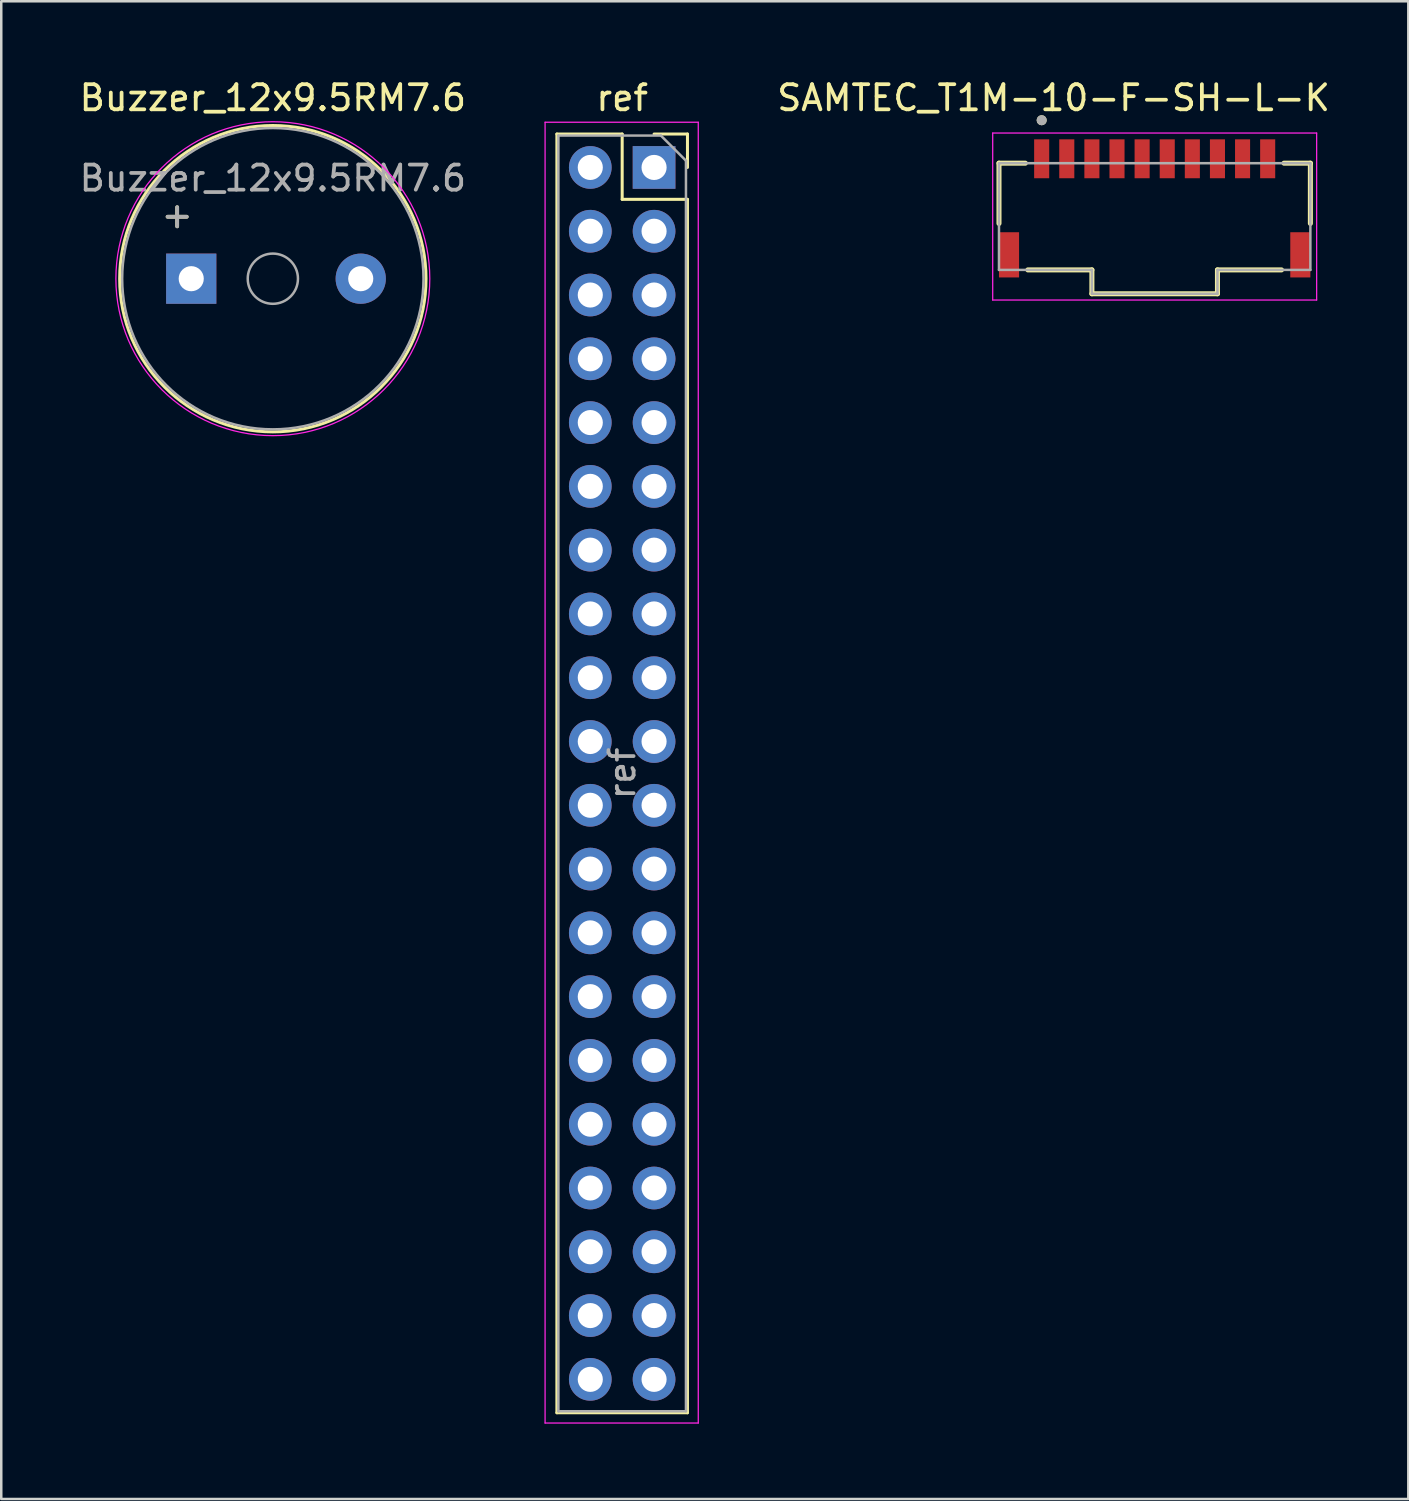
<source format=kicad_pcb>
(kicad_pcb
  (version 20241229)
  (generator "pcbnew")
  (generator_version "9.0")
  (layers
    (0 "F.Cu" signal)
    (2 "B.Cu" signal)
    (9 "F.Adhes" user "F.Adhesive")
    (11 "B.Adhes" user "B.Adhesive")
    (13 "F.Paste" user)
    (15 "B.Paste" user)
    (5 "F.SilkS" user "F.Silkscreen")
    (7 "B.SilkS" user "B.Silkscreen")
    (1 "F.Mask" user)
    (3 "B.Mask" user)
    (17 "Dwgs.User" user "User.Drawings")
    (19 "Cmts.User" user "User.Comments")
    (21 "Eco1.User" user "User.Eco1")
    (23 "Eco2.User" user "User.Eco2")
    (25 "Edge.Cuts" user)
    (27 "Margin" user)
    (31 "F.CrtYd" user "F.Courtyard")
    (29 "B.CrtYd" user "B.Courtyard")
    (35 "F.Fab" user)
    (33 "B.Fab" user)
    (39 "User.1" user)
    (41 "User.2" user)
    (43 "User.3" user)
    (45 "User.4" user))
  (footprint "ref"
    (layer "F.Cu")
    (at 21.726 3.618)
    (property "Reference" "ref" (at 0 -2.77 0) (layer "F.SilkS") (effects (font (size 1 1) (thickness 0.15))))
    (attr through_hole)
    (fp_line (start -2.6 -1.33) (end -2.6 49.59) (stroke (width 0.12) (type solid)) (layer "F.SilkS"))
    (fp_line (start -2.6 -1.33) (end 0 -1.33) (stroke (width 0.12) (type solid)) (layer "F.SilkS"))
    (fp_line (start -2.6 49.59) (end 2.6 49.59) (stroke (width 0.12) (type solid)) (layer "F.SilkS"))
    (fp_line (start 0 -1.33) (end 0 1.27) (stroke (width 0.12) (type solid)) (layer "F.SilkS"))
    (fp_line (start 0 1.27) (end 2.6 1.27) (stroke (width 0.12) (type solid)) (layer "F.SilkS"))
    (fp_line (start 1.27 -1.33) (end 2.6 -1.33) (stroke (width 0.12) (type solid)) (layer "F.SilkS"))
    (fp_line (start 2.6 -1.33) (end 2.6 0) (stroke (width 0.12) (type solid)) (layer "F.SilkS"))
    (fp_line (start 2.6 1.27) (end 2.6 49.59) (stroke (width 0.12) (type solid)) (layer "F.SilkS"))
    (fp_line (start -3.07 -1.8) (end 3.03 -1.8) (stroke (width 0.05) (type solid)) (layer "F.CrtYd"))
    (fp_line (start -3.07 50) (end -3.07 -1.8) (stroke (width 0.05) (type solid)) (layer "F.CrtYd"))
    (fp_line (start 3.03 -1.8) (end 3.03 50) (stroke (width 0.05) (type solid)) (layer "F.CrtYd"))
    (fp_line (start 3.03 50) (end -3.07 50) (stroke (width 0.05) (type solid)) (layer "F.CrtYd"))
    (fp_line (start -2.54 -1.27) (end 1.54 -1.27) (stroke (width 0.1) (type solid)) (layer "F.Fab"))
    (fp_line (start -2.54 49.53) (end -2.54 -1.27) (stroke (width 0.1) (type solid)) (layer "F.Fab"))
    (fp_line (start 1.54 -1.27) (end 2.54 -0.27) (stroke (width 0.1) (type solid)) (layer "F.Fab"))
    (fp_line (start 2.54 -0.27) (end 2.54 49.53) (stroke (width 0.1) (type solid)) (layer "F.Fab"))
    (fp_line (start 2.54 49.53) (end -2.54 49.53) (stroke (width 0.1) (type solid)) (layer "F.Fab"))
    (fp_text user "${REFERENCE}" (at 0 24.13 90) (layer "F.Fab") (effects (font (size 1 1) (thickness 0.15))))
    (pad "1" thru_hole rect (at 1.27 0) (size 1.7 1.7) (drill 1) (layers "*.Cu" "*.Mask"))
    (pad "2" thru_hole oval (at -1.27 0) (size 1.7 1.7) (drill 1) (layers "*.Cu" "*.Mask"))
    (pad "3" thru_hole oval (at 1.27 2.54) (size 1.7 1.7) (drill 1) (layers "*.Cu" "*.Mask"))
    (pad "4" thru_hole oval (at -1.27 2.54) (size 1.7 1.7) (drill 1) (layers "*.Cu" "*.Mask"))
    (pad "5" thru_hole oval (at 1.27 5.08) (size 1.7 1.7) (drill 1) (layers "*.Cu" "*.Mask"))
    (pad "6" thru_hole oval (at -1.27 5.08) (size 1.7 1.7) (drill 1) (layers "*.Cu" "*.Mask"))
    (pad "7" thru_hole oval (at 1.27 7.62) (size 1.7 1.7) (drill 1) (layers "*.Cu" "*.Mask"))
    (pad "8" thru_hole oval (at -1.27 7.62) (size 1.7 1.7) (drill 1) (layers "*.Cu" "*.Mask"))
    (pad "9" thru_hole oval (at 1.27 10.16) (size 1.7 1.7) (drill 1) (layers "*.Cu" "*.Mask"))
    (pad "10" thru_hole oval (at -1.27 10.16) (size 1.7 1.7) (drill 1) (layers "*.Cu" "*.Mask"))
    (pad "11" thru_hole oval (at 1.27 12.7) (size 1.7 1.7) (drill 1) (layers "*.Cu" "*.Mask"))
    (pad "12" thru_hole oval (at -1.27 12.7) (size 1.7 1.7) (drill 1) (layers "*.Cu" "*.Mask"))
    (pad "13" thru_hole oval (at 1.27 15.24) (size 1.7 1.7) (drill 1) (layers "*.Cu" "*.Mask"))
    (pad "14" thru_hole oval (at -1.27 15.24) (size 1.7 1.7) (drill 1) (layers "*.Cu" "*.Mask"))
    (pad "15" thru_hole oval (at 1.27 17.78) (size 1.7 1.7) (drill 1) (layers "*.Cu" "*.Mask"))
    (pad "16" thru_hole oval (at -1.27 17.78) (size 1.7 1.7) (drill 1) (layers "*.Cu" "*.Mask"))
    (pad "17" thru_hole oval (at 1.27 20.32) (size 1.7 1.7) (drill 1) (layers "*.Cu" "*.Mask"))
    (pad "18" thru_hole oval (at -1.27 20.32) (size 1.7 1.7) (drill 1) (layers "*.Cu" "*.Mask"))
    (pad "19" thru_hole oval (at 1.27 22.86) (size 1.7 1.7) (drill 1) (layers "*.Cu" "*.Mask"))
    (pad "20" thru_hole oval (at -1.27 22.86) (size 1.7 1.7) (drill 1) (layers "*.Cu" "*.Mask"))
    (pad "21" thru_hole oval (at 1.27 25.4) (size 1.7 1.7) (drill 1) (layers "*.Cu" "*.Mask"))
    (pad "22" thru_hole oval (at -1.27 25.4) (size 1.7 1.7) (drill 1) (layers "*.Cu" "*.Mask"))
    (pad "23" thru_hole oval (at 1.27 27.94) (size 1.7 1.7) (drill 1) (layers "*.Cu" "*.Mask"))
    (pad "24" thru_hole oval (at -1.27 27.94) (size 1.7 1.7) (drill 1) (layers "*.Cu" "*.Mask"))
    (pad "25" thru_hole oval (at 1.27 30.48) (size 1.7 1.7) (drill 1) (layers "*.Cu" "*.Mask"))
    (pad "26" thru_hole oval (at -1.27 30.48) (size 1.7 1.7) (drill 1) (layers "*.Cu" "*.Mask"))
    (pad "27" thru_hole oval (at 1.27 33.02) (size 1.7 1.7) (drill 1) (layers "*.Cu" "*.Mask"))
    (pad "28" thru_hole oval (at -1.27 33.02) (size 1.7 1.7) (drill 1) (layers "*.Cu" "*.Mask"))
    (pad "29" thru_hole oval (at 1.27 35.56) (size 1.7 1.7) (drill 1) (layers "*.Cu" "*.Mask"))
    (pad "30" thru_hole oval (at -1.27 35.56) (size 1.7 1.7) (drill 1) (layers "*.Cu" "*.Mask"))
    (pad "31" thru_hole oval (at 1.27 38.1) (size 1.7 1.7) (drill 1) (layers "*.Cu" "*.Mask"))
    (pad "32" thru_hole oval (at -1.27 38.1) (size 1.7 1.7) (drill 1) (layers "*.Cu" "*.Mask"))
    (pad "33" thru_hole oval (at 1.27 40.64) (size 1.7 1.7) (drill 1) (layers "*.Cu" "*.Mask"))
    (pad "34" thru_hole oval (at -1.27 40.64) (size 1.7 1.7) (drill 1) (layers "*.Cu" "*.Mask"))
    (pad "35" thru_hole oval (at 1.27 43.18) (size 1.7 1.7) (drill 1) (layers "*.Cu" "*.Mask"))
    (pad "36" thru_hole oval (at -1.27 43.18) (size 1.7 1.7) (drill 1) (layers "*.Cu" "*.Mask"))
    (pad "37" thru_hole oval (at 1.27 45.72) (size 1.7 1.7) (drill 1) (layers "*.Cu" "*.Mask"))
    (pad "38" thru_hole oval (at -1.27 45.72) (size 1.7 1.7) (drill 1) (layers "*.Cu" "*.Mask"))
    (pad "39" thru_hole oval (at 1.27 48.26) (size 1.7 1.7) (drill 1) (layers "*.Cu" "*.Mask"))
    (pad "40" thru_hole oval (at -1.27 48.26) (size 1.7 1.7) (drill 1) (layers "*.Cu" "*.Mask")))
  (footprint "SAMTEC_T1M-10-F-SH-L-K"
    (layer "F.Cu")
    (at 42.931 3.273)
    (property "Reference" "SAMTEC_T1M-10-F-SH-L-K" (at -4.025 -2.425 0) (layer "F.SilkS") (effects (font (size 1 1) (thickness 0.15))))
    (attr through_hole)
    (fp_line (start -6.2 0.175) (end -6.2 2.575) (stroke (width 0.2) (type solid)) (layer "F.SilkS"))
    (fp_line (start -6.2 0.175) (end -5.15 0.175) (stroke (width 0.2) (type solid)) (layer "F.SilkS"))
    (fp_line (start -5.05 4.425) (end -2.5 4.425) (stroke (width 0.2) (type solid)) (layer "F.SilkS"))
    (fp_line (start -2.5 4.425) (end -2.5 5.375) (stroke (width 0.2) (type solid)) (layer "F.SilkS"))
    (fp_line (start -2.5 5.375) (end 2.5 5.375) (stroke (width 0.2) (type solid)) (layer "F.SilkS"))
    (fp_line (start 2.5 4.425) (end 2.5 5.375) (stroke (width 0.2) (type solid)) (layer "F.SilkS"))
    (fp_line (start 5.05 4.425) (end 2.5 4.425) (stroke (width 0.2) (type solid)) (layer "F.SilkS"))
    (fp_line (start 6.2 0.175) (end 5.15 0.175) (stroke (width 0.2) (type solid)) (layer "F.SilkS"))
    (fp_line (start 6.2 0.175) (end 6.2 2.575) (stroke (width 0.2) (type solid)) (layer "F.SilkS"))
    (fp_circle (center -4.5 -1.535) (end -4.4 -1.535) (stroke (width 0.2) (type solid)) (fill no) (layer "F.SilkS"))
    (fp_line (start -6.45 -1.025) (end 6.45 -1.025) (stroke (width 0.05) (type solid)) (layer "F.CrtYd"))
    (fp_line (start -6.45 5.625) (end -6.45 -1.025) (stroke (width 0.05) (type solid)) (layer "F.CrtYd"))
    (fp_line (start 6.45 -1.025) (end 6.45 5.625) (stroke (width 0.05) (type solid)) (layer "F.CrtYd"))
    (fp_line (start 6.45 5.625) (end -6.45 5.625) (stroke (width 0.05) (type solid)) (layer "F.CrtYd"))
    (fp_line (start -6.2 0.175) (end -6.2 4.425) (stroke (width 0.1) (type solid)) (layer "F.Fab"))
    (fp_line (start -6.2 0.175) (end 6.2 0.175) (stroke (width 0.1) (type solid)) (layer "F.Fab"))
    (fp_line (start -6.2 4.425) (end -2.5 4.425) (stroke (width 0.1) (type solid)) (layer "F.Fab"))
    (fp_line (start -2.5 4.425) (end -2.5 5.375) (stroke (width 0.1) (type solid)) (layer "F.Fab"))
    (fp_line (start -2.5 5.375) (end 2.5 5.375) (stroke (width 0.1) (type solid)) (layer "F.Fab"))
    (fp_line (start 2.5 4.425) (end 2.5 5.375) (stroke (width 0.1) (type solid)) (layer "F.Fab"))
    (fp_line (start 6.2 0.175) (end 6.2 4.425) (stroke (width 0.1) (type solid)) (layer "F.Fab"))
    (fp_line (start 6.2 4.425) (end 2.5 4.425) (stroke (width 0.1) (type solid)) (layer "F.Fab"))
    (fp_circle (center -4.5 -1.535) (end -4.4 -1.535) (stroke (width 0.2) (type solid)) (fill no) (layer "F.Fab"))
    (pad "01" smd rect (at -4.5 0) (size 0.6 1.55) (layers "F.Cu" "F.Mask" "F.Paste"))
    (pad "02" smd rect (at -3.5 0) (size 0.6 1.55) (layers "F.Cu" "F.Mask" "F.Paste"))
    (pad "03" smd rect (at -2.5 0) (size 0.6 1.55) (layers "F.Cu" "F.Mask" "F.Paste"))
    (pad "04" smd rect (at -1.5 0) (size 0.6 1.55) (layers "F.Cu" "F.Mask" "F.Paste"))
    (pad "05" smd rect (at -0.5 0) (size 0.6 1.55) (layers "F.Cu" "F.Mask" "F.Paste"))
    (pad "06" smd rect (at 0.5 0) (size 0.6 1.55) (layers "F.Cu" "F.Mask" "F.Paste"))
    (pad "07" smd rect (at 1.5 0) (size 0.6 1.55) (layers "F.Cu" "F.Mask" "F.Paste"))
    (pad "08" smd rect (at 2.5 0) (size 0.6 1.55) (layers "F.Cu" "F.Mask" "F.Paste"))
    (pad "09" smd rect (at 3.5 0) (size 0.6 1.55) (layers "F.Cu" "F.Mask" "F.Paste"))
    (pad "10" smd rect (at 4.5 0) (size 0.6 1.55) (layers "F.Cu" "F.Mask" "F.Paste"))
    (pad "S1" smd rect (at -5.8 3.825) (size 0.8 1.8) (layers "F.Cu" "F.Mask" "F.Paste"))
    (pad "S2" smd rect (at 5.8 3.825) (size 0.8 1.8) (layers "F.Cu" "F.Mask" "F.Paste")))
  (footprint "Buzzer_12x9.5RM7.6"
    (layer "F.Cu")
    (at 7.815 8.048)
    (property "Reference" "Buzzer_12x9.5RM7.6" (at 0 -7.2 0) (layer "F.SilkS") (effects (font (size 1 1) (thickness 0.15))))
    (attr through_hole)
    (fp_circle (center 0 0) (end 6.1 0) (stroke (width 0.12) (type solid)) (fill no) (layer "F.SilkS"))
    (fp_circle (center 0 0) (end 6.25 0) (stroke (width 0.05) (type solid)) (fill no) (layer "F.CrtYd"))
    (fp_circle (center 0 0) (end 1 0) (stroke (width 0.1) (type solid)) (fill no) (layer "F.Fab"))
    (fp_circle (center 0 0) (end 6 0) (stroke (width 0.1) (type solid)) (fill no) (layer "F.Fab"))
    (fp_text user "+" (at -3.81 -2.54 0) (layer "F.SilkS") (effects (font (size 1 1) (thickness 0.15))))
    (fp_text user "${REFERENCE}" (at 0 -4 0) (layer "F.Fab") (effects (font (size 1 1) (thickness 0.15))))
    (fp_text user "+" (at -3.81 -2.54 0) (layer "F.Fab") (effects (font (size 1 1) (thickness 0.15))))
    (pad "1" thru_hole rect (at -3.25 0) (size 2 2) (drill 1) (layers "*.Cu" "*.Mask"))
    (pad "2" thru_hole circle (at 3.5 0) (size 2 2) (drill 1) (layers "*.Cu" "*.Mask")))
  (gr_rect
    (start -3 -3)
    (end 53.031 56.643)
    (stroke (width 0.1) (type default))
    (fill no)
    (layer "Edge.Cuts")))
</source>
